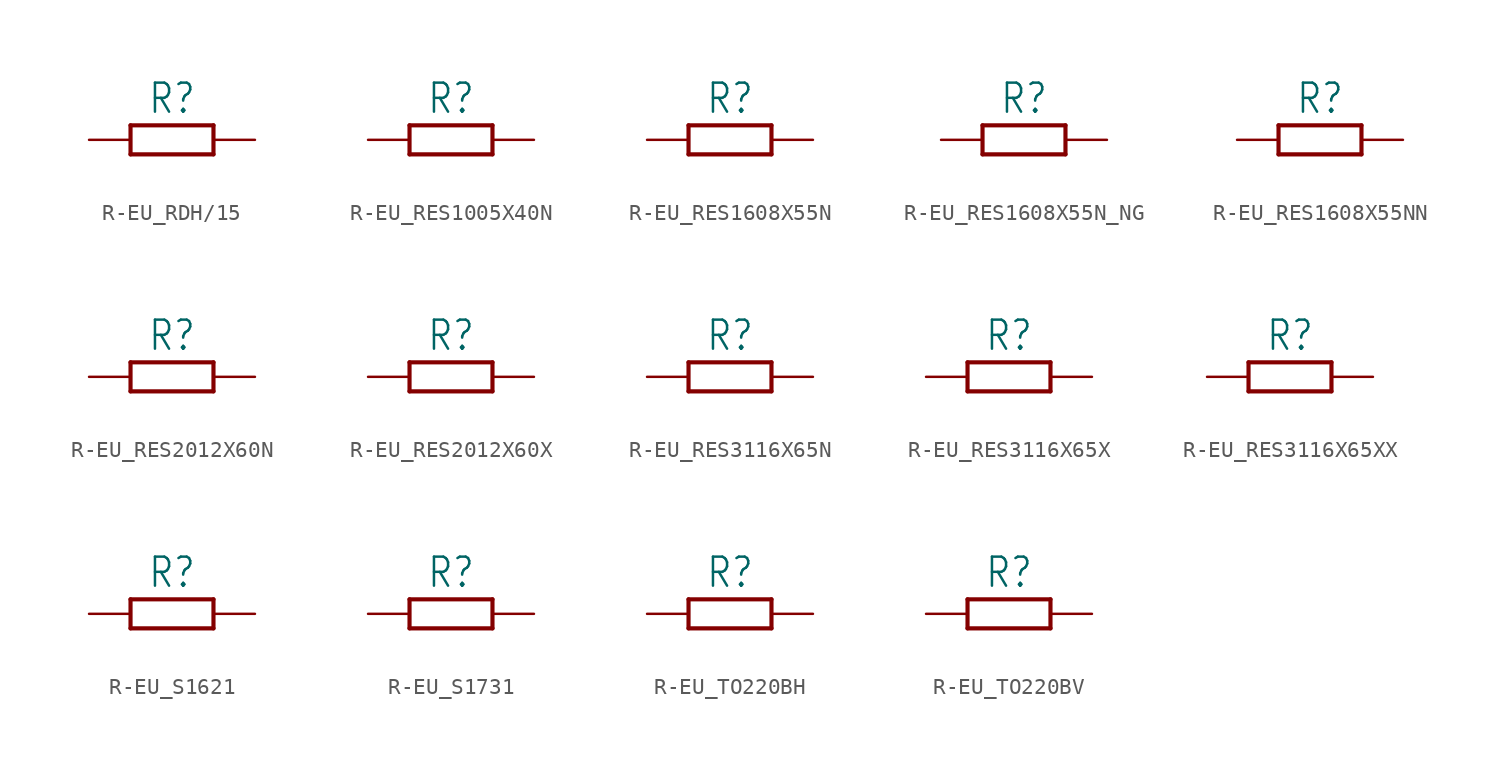
<source format=kicad_sym>
(kicad_symbol_lib
  (version 20231120)
  (generator "kicad_symbol_editor")
  (generator_version "8.0")
  (symbol "R-EU_RDH/15"
    (property "Reference" "R"
      (at 0 2.54 0)
      (effects (font (size 1.778 1.511))))
    (property "Value" ""
      (at 0 -2.54 0)
      (effects (font (size 1.778 1.511))))
    (property "ki_locked" ""
      (at 0 0 0)
      (effects (font (size 1.27 1.27))))
    (symbol "R-EU_RDH/15_1_0"
      (polyline (pts (xy -2.54 -0.889) (xy -2.54 0.889)) (stroke (width 0.254) (type solid)) (fill (type none)))
      (polyline (pts (xy -2.54 -0.889) (xy 2.54 -0.889)) (stroke (width 0.254) (type solid)) (fill (type none)))
      (polyline (pts (xy 2.54 -0.889) (xy 2.54 0.889)) (stroke (width 0.254) (type solid)) (fill (type none)))
      (polyline (pts (xy 2.54 0.889) (xy -2.54 0.889)) (stroke (width 0.254) (type solid)) (fill (type none)))
      (pin passive line (at -5.08 0 0) (length 2.54) (name "1" (effects (font (size 0 0)))) (number "1" (effects (font (size 0 0)))))
      (pin passive line (at 5.08 0 180) (length 2.54) (name "2" (effects (font (size 0 0)))) (number "2" (effects (font (size 0 0)))))))
  (symbol "R-EU_RES1005X40N"
    (property "Reference" "R"
      (at 0 2.54 0)
      (effects (font (size 1.778 1.511))))
    (property "Value" ""
      (at 0 -2.54 0)
      (effects (font (size 1.778 1.511))))
    (property "ki_locked" ""
      (at 0 0 0)
      (effects (font (size 1.27 1.27))))
    (symbol "R-EU_RES1005X40N_1_0"
      (polyline (pts (xy -2.54 -0.889) (xy -2.54 0.889)) (stroke (width 0.254) (type solid)) (fill (type none)))
      (polyline (pts (xy -2.54 -0.889) (xy 2.54 -0.889)) (stroke (width 0.254) (type solid)) (fill (type none)))
      (polyline (pts (xy 2.54 -0.889) (xy 2.54 0.889)) (stroke (width 0.254) (type solid)) (fill (type none)))
      (polyline (pts (xy 2.54 0.889) (xy -2.54 0.889)) (stroke (width 0.254) (type solid)) (fill (type none)))
      (pin passive line (at -5.08 0 0) (length 2.54) (name "1" (effects (font (size 0 0)))) (number "1" (effects (font (size 0 0)))))
      (pin passive line (at 5.08 0 180) (length 2.54) (name "2" (effects (font (size 0 0)))) (number "2" (effects (font (size 0 0)))))))
  (symbol "R-EU_RES1608X55N"
    (property "Reference" "R"
      (at 0 2.54 0)
      (effects (font (size 1.778 1.511))))
    (property "Value" ""
      (at 0 -2.54 0)
      (effects (font (size 1.778 1.511))))
    (property "ki_locked" ""
      (at 0 0 0)
      (effects (font (size 1.27 1.27))))
    (symbol "R-EU_RES1608X55N_1_0"
      (polyline (pts (xy -2.54 -0.889) (xy -2.54 0.889)) (stroke (width 0.254) (type solid)) (fill (type none)))
      (polyline (pts (xy -2.54 -0.889) (xy 2.54 -0.889)) (stroke (width 0.254) (type solid)) (fill (type none)))
      (polyline (pts (xy 2.54 -0.889) (xy 2.54 0.889)) (stroke (width 0.254) (type solid)) (fill (type none)))
      (polyline (pts (xy 2.54 0.889) (xy -2.54 0.889)) (stroke (width 0.254) (type solid)) (fill (type none)))
      (pin passive line (at -5.08 0 0) (length 2.54) (name "1" (effects (font (size 0 0)))) (number "1" (effects (font (size 0 0)))))
      (pin passive line (at 5.08 0 180) (length 2.54) (name "2" (effects (font (size 0 0)))) (number "2" (effects (font (size 0 0)))))))
  (symbol "R-EU_RES1608X55N_NG"
    (property "Reference" "R"
      (at 0 2.54 0)
      (effects (font (size 1.778 1.511))))
    (property "Value" ""
      (at 0 -2.54 0)
      (effects (font (size 1.778 1.511))))
    (property "ki_locked" ""
      (at 0 0 0)
      (effects (font (size 1.27 1.27))))
    (symbol "R-EU_RES1608X55N_NG_1_0"
      (polyline (pts (xy -2.54 -0.889) (xy -2.54 0.889)) (stroke (width 0.254) (type solid)) (fill (type none)))
      (polyline (pts (xy -2.54 -0.889) (xy 2.54 -0.889)) (stroke (width 0.254) (type solid)) (fill (type none)))
      (polyline (pts (xy 2.54 -0.889) (xy 2.54 0.889)) (stroke (width 0.254) (type solid)) (fill (type none)))
      (polyline (pts (xy 2.54 0.889) (xy -2.54 0.889)) (stroke (width 0.254) (type solid)) (fill (type none)))
      (pin passive line (at -5.08 0 0) (length 2.54) (name "1" (effects (font (size 0 0)))) (number "1" (effects (font (size 0 0)))))
      (pin passive line (at 5.08 0 180) (length 2.54) (name "2" (effects (font (size 0 0)))) (number "2" (effects (font (size 0 0)))))))
  (symbol "R-EU_RES1608X55NN"
    (property "Reference" "R"
      (at 0 2.54 0)
      (effects (font (size 1.778 1.511))))
    (property "Value" ""
      (at 0 -2.54 0)
      (effects (font (size 1.778 1.511))))
    (property "ki_locked" ""
      (at 0 0 0)
      (effects (font (size 1.27 1.27))))
    (symbol "R-EU_RES1608X55NN_1_0"
      (polyline (pts (xy -2.54 -0.889) (xy -2.54 0.889)) (stroke (width 0.254) (type solid)) (fill (type none)))
      (polyline (pts (xy -2.54 -0.889) (xy 2.54 -0.889)) (stroke (width 0.254) (type solid)) (fill (type none)))
      (polyline (pts (xy 2.54 -0.889) (xy 2.54 0.889)) (stroke (width 0.254) (type solid)) (fill (type none)))
      (polyline (pts (xy 2.54 0.889) (xy -2.54 0.889)) (stroke (width 0.254) (type solid)) (fill (type none)))
      (pin passive line (at -5.08 0 0) (length 2.54) (name "1" (effects (font (size 0 0)))) (number "1" (effects (font (size 0 0)))))
      (pin passive line (at 5.08 0 180) (length 2.54) (name "2" (effects (font (size 0 0)))) (number "2" (effects (font (size 0 0)))))))
  (symbol "R-EU_RES2012X60N"
    (property "Reference" "R"
      (at 0 2.54 0)
      (effects (font (size 1.778 1.511))))
    (property "Value" ""
      (at 0 -2.54 0)
      (effects (font (size 1.778 1.511))))
    (property "ki_locked" ""
      (at 0 0 0)
      (effects (font (size 1.27 1.27))))
    (symbol "R-EU_RES2012X60N_1_0"
      (polyline (pts (xy -2.54 -0.889) (xy -2.54 0.889)) (stroke (width 0.254) (type solid)) (fill (type none)))
      (polyline (pts (xy -2.54 -0.889) (xy 2.54 -0.889)) (stroke (width 0.254) (type solid)) (fill (type none)))
      (polyline (pts (xy 2.54 -0.889) (xy 2.54 0.889)) (stroke (width 0.254) (type solid)) (fill (type none)))
      (polyline (pts (xy 2.54 0.889) (xy -2.54 0.889)) (stroke (width 0.254) (type solid)) (fill (type none)))
      (pin passive line (at -5.08 0 0) (length 2.54) (name "1" (effects (font (size 0 0)))) (number "1" (effects (font (size 0 0)))))
      (pin passive line (at 5.08 0 180) (length 2.54) (name "2" (effects (font (size 0 0)))) (number "2" (effects (font (size 0 0)))))))
  (symbol "R-EU_RES2012X60X"
    (property "Reference" "R"
      (at 0 2.54 0)
      (effects (font (size 1.778 1.511))))
    (property "Value" ""
      (at 0 -2.54 0)
      (effects (font (size 1.778 1.511))))
    (property "ki_locked" ""
      (at 0 0 0)
      (effects (font (size 1.27 1.27))))
    (symbol "R-EU_RES2012X60X_1_0"
      (polyline (pts (xy -2.54 -0.889) (xy -2.54 0.889)) (stroke (width 0.254) (type solid)) (fill (type none)))
      (polyline (pts (xy -2.54 -0.889) (xy 2.54 -0.889)) (stroke (width 0.254) (type solid)) (fill (type none)))
      (polyline (pts (xy 2.54 -0.889) (xy 2.54 0.889)) (stroke (width 0.254) (type solid)) (fill (type none)))
      (polyline (pts (xy 2.54 0.889) (xy -2.54 0.889)) (stroke (width 0.254) (type solid)) (fill (type none)))
      (pin passive line (at -5.08 0 0) (length 2.54) (name "1" (effects (font (size 0 0)))) (number "1" (effects (font (size 0 0)))))
      (pin passive line (at 5.08 0 180) (length 2.54) (name "2" (effects (font (size 0 0)))) (number "2" (effects (font (size 0 0)))))))
  (symbol "R-EU_RES3116X65N"
    (property "Reference" "R"
      (at 0 2.54 0)
      (effects (font (size 1.778 1.511))))
    (property "Value" ""
      (at 0 -2.54 0)
      (effects (font (size 1.778 1.511))))
    (property "ki_locked" ""
      (at 0 0 0)
      (effects (font (size 1.27 1.27))))
    (symbol "R-EU_RES3116X65N_1_0"
      (polyline (pts (xy -2.54 -0.889) (xy -2.54 0.889)) (stroke (width 0.254) (type solid)) (fill (type none)))
      (polyline (pts (xy -2.54 -0.889) (xy 2.54 -0.889)) (stroke (width 0.254) (type solid)) (fill (type none)))
      (polyline (pts (xy 2.54 -0.889) (xy 2.54 0.889)) (stroke (width 0.254) (type solid)) (fill (type none)))
      (polyline (pts (xy 2.54 0.889) (xy -2.54 0.889)) (stroke (width 0.254) (type solid)) (fill (type none)))
      (pin passive line (at -5.08 0 0) (length 2.54) (name "1" (effects (font (size 0 0)))) (number "1" (effects (font (size 0 0)))))
      (pin passive line (at 5.08 0 180) (length 2.54) (name "2" (effects (font (size 0 0)))) (number "2" (effects (font (size 0 0)))))))
  (symbol "R-EU_RES3116X65X"
    (property "Reference" "R"
      (at 0 2.54 0)
      (effects (font (size 1.778 1.511))))
    (property "Value" ""
      (at 0 -2.54 0)
      (effects (font (size 1.778 1.511))))
    (property "ki_locked" ""
      (at 0 0 0)
      (effects (font (size 1.27 1.27))))
    (symbol "R-EU_RES3116X65X_1_0"
      (polyline (pts (xy -2.54 -0.889) (xy -2.54 0.889)) (stroke (width 0.254) (type solid)) (fill (type none)))
      (polyline (pts (xy -2.54 -0.889) (xy 2.54 -0.889)) (stroke (width 0.254) (type solid)) (fill (type none)))
      (polyline (pts (xy 2.54 -0.889) (xy 2.54 0.889)) (stroke (width 0.254) (type solid)) (fill (type none)))
      (polyline (pts (xy 2.54 0.889) (xy -2.54 0.889)) (stroke (width 0.254) (type solid)) (fill (type none)))
      (pin passive line (at -5.08 0 0) (length 2.54) (name "1" (effects (font (size 0 0)))) (number "1" (effects (font (size 0 0)))))
      (pin passive line (at 5.08 0 180) (length 2.54) (name "2" (effects (font (size 0 0)))) (number "2" (effects (font (size 0 0)))))))
  (symbol "R-EU_RES3116X65XX"
    (property "Reference" "R"
      (at 0 2.54 0)
      (effects (font (size 1.778 1.511))))
    (property "Value" ""
      (at 0 -2.54 0)
      (effects (font (size 1.778 1.511))))
    (property "ki_locked" ""
      (at 0 0 0)
      (effects (font (size 1.27 1.27))))
    (symbol "R-EU_RES3116X65XX_1_0"
      (polyline (pts (xy -2.54 -0.889) (xy -2.54 0.889)) (stroke (width 0.254) (type solid)) (fill (type none)))
      (polyline (pts (xy -2.54 -0.889) (xy 2.54 -0.889)) (stroke (width 0.254) (type solid)) (fill (type none)))
      (polyline (pts (xy 2.54 -0.889) (xy 2.54 0.889)) (stroke (width 0.254) (type solid)) (fill (type none)))
      (polyline (pts (xy 2.54 0.889) (xy -2.54 0.889)) (stroke (width 0.254) (type solid)) (fill (type none)))
      (pin passive line (at -5.08 0 0) (length 2.54) (name "1" (effects (font (size 0 0)))) (number "1" (effects (font (size 0 0)))))
      (pin passive line (at 5.08 0 180) (length 2.54) (name "2" (effects (font (size 0 0)))) (number "2" (effects (font (size 0 0)))))))
  (symbol "R-EU_S1621"
    (property "Reference" "R"
      (at 0 2.54 0)
      (effects (font (size 1.778 1.511))))
    (property "Value" ""
      (at 0 -2.54 0)
      (effects (font (size 1.778 1.511))))
    (property "ki_locked" ""
      (at 0 0 0)
      (effects (font (size 1.27 1.27))))
    (symbol "R-EU_S1621_1_0"
      (polyline (pts (xy -2.54 -0.889) (xy -2.54 0.889)) (stroke (width 0.254) (type solid)) (fill (type none)))
      (polyline (pts (xy -2.54 -0.889) (xy 2.54 -0.889)) (stroke (width 0.254) (type solid)) (fill (type none)))
      (polyline (pts (xy 2.54 -0.889) (xy 2.54 0.889)) (stroke (width 0.254) (type solid)) (fill (type none)))
      (polyline (pts (xy 2.54 0.889) (xy -2.54 0.889)) (stroke (width 0.254) (type solid)) (fill (type none)))
      (pin passive line (at -5.08 0 0) (length 2.54) (name "1" (effects (font (size 0 0)))) (number "1" (effects (font (size 0 0)))))
      (pin passive line (at 5.08 0 180) (length 2.54) (name "2" (effects (font (size 0 0)))) (number "2" (effects (font (size 0 0)))))))
  (symbol "R-EU_S1731"
    (property "Reference" "R"
      (at 0 2.54 0)
      (effects (font (size 1.778 1.511))))
    (property "Value" ""
      (at 0 -2.54 0)
      (effects (font (size 1.778 1.511))))
    (property "ki_locked" ""
      (at 0 0 0)
      (effects (font (size 1.27 1.27))))
    (symbol "R-EU_S1731_1_0"
      (polyline (pts (xy -2.54 -0.889) (xy -2.54 0.889)) (stroke (width 0.254) (type solid)) (fill (type none)))
      (polyline (pts (xy -2.54 -0.889) (xy 2.54 -0.889)) (stroke (width 0.254) (type solid)) (fill (type none)))
      (polyline (pts (xy 2.54 -0.889) (xy 2.54 0.889)) (stroke (width 0.254) (type solid)) (fill (type none)))
      (polyline (pts (xy 2.54 0.889) (xy -2.54 0.889)) (stroke (width 0.254) (type solid)) (fill (type none)))
      (pin passive line (at -5.08 0 0) (length 2.54) (name "1" (effects (font (size 0 0)))) (number "1" (effects (font (size 0 0)))))
      (pin passive line (at 5.08 0 180) (length 2.54) (name "2" (effects (font (size 0 0)))) (number "2" (effects (font (size 0 0)))))))
  (symbol "R-EU_TO220BH"
    (property "Reference" "R"
      (at 0 2.54 0)
      (effects (font (size 1.778 1.511))))
    (property "Value" ""
      (at 0 -2.54 0)
      (effects (font (size 1.778 1.511))))
    (property "ki_locked" ""
      (at 0 0 0)
      (effects (font (size 1.27 1.27))))
    (symbol "R-EU_TO220BH_1_0"
      (polyline (pts (xy -2.54 -0.889) (xy -2.54 0.889)) (stroke (width 0.254) (type solid)) (fill (type none)))
      (polyline (pts (xy -2.54 -0.889) (xy 2.54 -0.889)) (stroke (width 0.254) (type solid)) (fill (type none)))
      (polyline (pts (xy 2.54 -0.889) (xy 2.54 0.889)) (stroke (width 0.254) (type solid)) (fill (type none)))
      (polyline (pts (xy 2.54 0.889) (xy -2.54 0.889)) (stroke (width 0.254) (type solid)) (fill (type none)))
      (pin passive line (at -5.08 0 0) (length 2.54) (name "1" (effects (font (size 0 0)))) (number "1" (effects (font (size 0 0)))))
      (pin passive line (at 5.08 0 180) (length 2.54) (name "2" (effects (font (size 0 0)))) (number "2" (effects (font (size 0 0)))))))
  (symbol "R-EU_TO220BV"
    (property "Reference" "R"
      (at 0 2.54 0)
      (effects (font (size 1.778 1.511))))
    (property "Value" ""
      (at 0 -2.54 0)
      (effects (font (size 1.778 1.511))))
    (property "ki_locked" ""
      (at 0 0 0)
      (effects (font (size 1.27 1.27))))
    (symbol "R-EU_TO220BV_1_0"
      (polyline (pts (xy -2.54 -0.889) (xy -2.54 0.889)) (stroke (width 0.254) (type solid)) (fill (type none)))
      (polyline (pts (xy -2.54 -0.889) (xy 2.54 -0.889)) (stroke (width 0.254) (type solid)) (fill (type none)))
      (polyline (pts (xy 2.54 -0.889) (xy 2.54 0.889)) (stroke (width 0.254) (type solid)) (fill (type none)))
      (polyline (pts (xy 2.54 0.889) (xy -2.54 0.889)) (stroke (width 0.254) (type solid)) (fill (type none)))
      (pin passive line (at -5.08 0 0) (length 2.54) (name "1" (effects (font (size 0 0)))) (number "1" (effects (font (size 0 0)))))
      (pin passive line (at 5.08 0 180) (length 2.54) (name "2" (effects (font (size 0 0)))) (number "2" (effects (font (size 0 0))))))))
</source>
